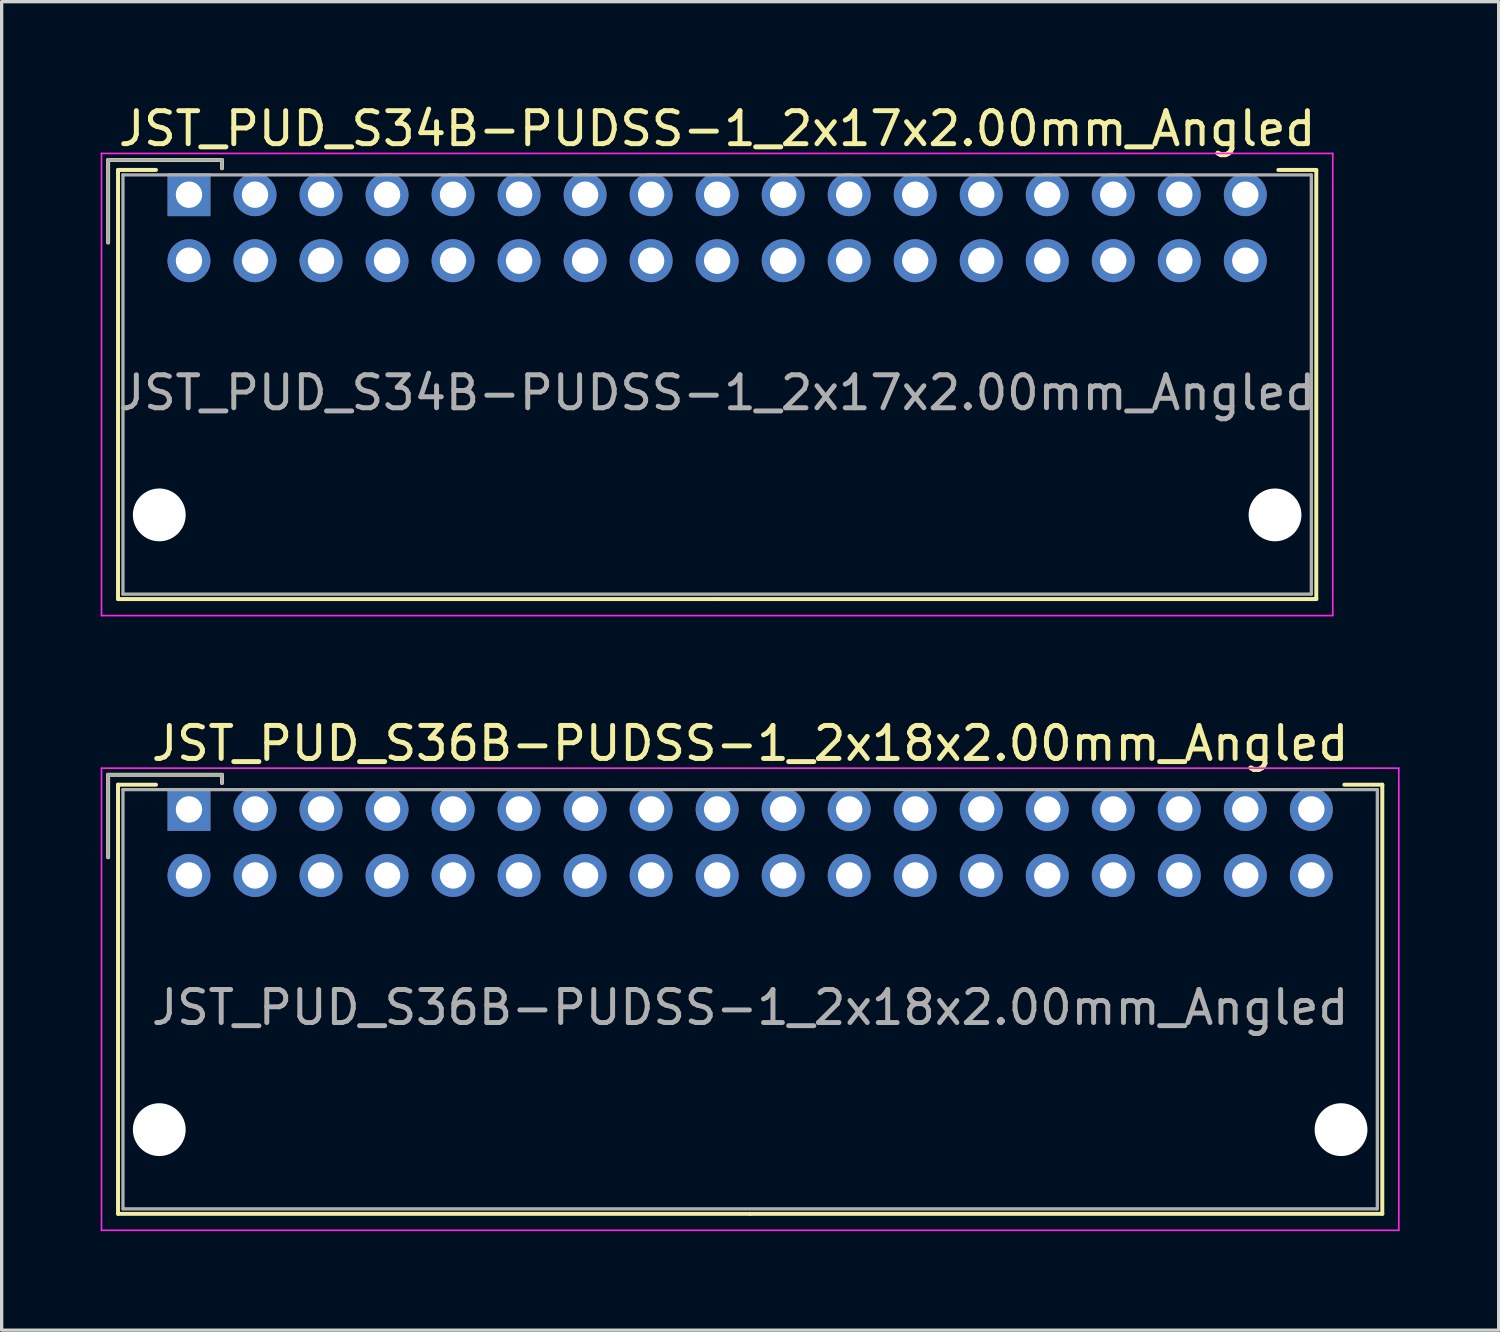
<source format=kicad_pcb>
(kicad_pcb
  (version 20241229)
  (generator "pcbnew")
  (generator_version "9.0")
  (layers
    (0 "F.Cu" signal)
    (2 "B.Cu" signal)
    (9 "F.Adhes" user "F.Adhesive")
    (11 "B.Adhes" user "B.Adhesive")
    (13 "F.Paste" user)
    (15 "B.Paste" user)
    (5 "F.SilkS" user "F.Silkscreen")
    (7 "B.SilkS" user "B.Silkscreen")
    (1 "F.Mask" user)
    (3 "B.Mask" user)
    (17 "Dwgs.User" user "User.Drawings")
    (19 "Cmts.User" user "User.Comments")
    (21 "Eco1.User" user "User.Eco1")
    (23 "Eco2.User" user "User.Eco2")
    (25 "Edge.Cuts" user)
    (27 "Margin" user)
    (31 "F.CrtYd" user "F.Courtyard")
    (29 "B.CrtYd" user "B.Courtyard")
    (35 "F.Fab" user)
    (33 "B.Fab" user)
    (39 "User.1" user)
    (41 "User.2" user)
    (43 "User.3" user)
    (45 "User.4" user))
  (footprint "JST_PUD_S36B-PUDSS-1_2x18x2.00mm_Angled"
    (layer "F.Cu")
    (at 2.675 21.471)
    (property "Reference" "JST_PUD_S36B-PUDSS-1_2x18x2.00mm_Angled" (at 17 -2 0) (layer "F.SilkS") (effects (font (size 1 1) (thickness 0.15))))
    (attr through_hole)
    (fp_line (start -2.45 -1.05) (end -2.45 1.45) (stroke (width 0.12) (type solid)) (layer "F.SilkS"))
    (fp_line (start -2.15 -0.75) (end -2.15 12.25) (stroke (width 0.12) (type solid)) (layer "F.SilkS"))
    (fp_line (start -2.15 12.25) (end 17 12.25) (stroke (width 0.12) (type solid)) (layer "F.SilkS"))
    (fp_line (start -1 -0.75) (end -2.15 -0.75) (stroke (width 0.12) (type solid)) (layer "F.SilkS"))
    (fp_line (start 1 -1.05) (end -2.45 -1.05) (stroke (width 0.12) (type solid)) (layer "F.SilkS"))
    (fp_line (start 1 -0.8) (end 1 -1.05) (stroke (width 0.12) (type solid)) (layer "F.SilkS"))
    (fp_line (start 35 -0.75) (end 36.15 -0.75) (stroke (width 0.12) (type solid)) (layer "F.SilkS"))
    (fp_line (start 36.15 -0.75) (end 36.15 12.25) (stroke (width 0.12) (type solid)) (layer "F.SilkS"))
    (fp_line (start 36.15 12.25) (end 17 12.25) (stroke (width 0.12) (type solid)) (layer "F.SilkS"))
    (fp_line (start -2.65 -1.25) (end -2.65 12.75) (stroke (width 0.05) (type solid)) (layer "F.CrtYd"))
    (fp_line (start -2.65 12.75) (end 36.65 12.75) (stroke (width 0.05) (type solid)) (layer "F.CrtYd"))
    (fp_line (start 36.65 -1.25) (end -2.65 -1.25) (stroke (width 0.05) (type solid)) (layer "F.CrtYd"))
    (fp_line (start 36.65 12.75) (end 36.65 -1.25) (stroke (width 0.05) (type solid)) (layer "F.CrtYd"))
    (fp_line (start -2.45 -1.05) (end -2.45 1.45) (stroke (width 0.1) (type solid)) (layer "F.Fab"))
    (fp_line (start -2 -0.6) (end -2 12.1) (stroke (width 0.1) (type solid)) (layer "F.Fab"))
    (fp_line (start -2 12.1) (end 36 12.1) (stroke (width 0.1) (type solid)) (layer "F.Fab"))
    (fp_line (start 1 -1.05) (end -2.45 -1.05) (stroke (width 0.1) (type solid)) (layer "F.Fab"))
    (fp_line (start 1 -0.8) (end 1 -1.05) (stroke (width 0.1) (type solid)) (layer "F.Fab"))
    (fp_line (start 36 -0.6) (end -2 -0.6) (stroke (width 0.1) (type solid)) (layer "F.Fab"))
    (fp_line (start 36 12.1) (end 36 -0.6) (stroke (width 0.1) (type solid)) (layer "F.Fab"))
    (fp_text user "${REFERENCE}" (at 17 6 0) (layer "F.Fab") (effects (font (size 1 1) (thickness 0.15))))
    (pad "" np_thru_hole circle (at -0.9 9.7) (size 1.6 1.6) (drill 1.6) (layers "*.Cu"))
    (pad "" np_thru_hole circle (at 34.9 9.7) (size 1.6 1.6) (drill 1.6) (layers "*.Cu"))
    (pad "1" thru_hole rect (at 0 0) (size 1.3 1.3) (drill 0.8) (layers "*.Cu" "*.Mask"))
    (pad "2" thru_hole circle (at 0 2) (size 1.3 1.3) (drill 0.8) (layers "*.Cu" "*.Mask"))
    (pad "3" thru_hole circle (at 2 0) (size 1.3 1.3) (drill 0.8) (layers "*.Cu" "*.Mask"))
    (pad "4" thru_hole circle (at 2 2) (size 1.3 1.3) (drill 0.8) (layers "*.Cu" "*.Mask"))
    (pad "5" thru_hole circle (at 4 0) (size 1.3 1.3) (drill 0.8) (layers "*.Cu" "*.Mask"))
    (pad "6" thru_hole circle (at 4 2) (size 1.3 1.3) (drill 0.8) (layers "*.Cu" "*.Mask"))
    (pad "7" thru_hole circle (at 6 0) (size 1.3 1.3) (drill 0.8) (layers "*.Cu" "*.Mask"))
    (pad "8" thru_hole circle (at 6 2) (size 1.3 1.3) (drill 0.8) (layers "*.Cu" "*.Mask"))
    (pad "9" thru_hole circle (at 8 0) (size 1.3 1.3) (drill 0.8) (layers "*.Cu" "*.Mask"))
    (pad "10" thru_hole circle (at 8 2) (size 1.3 1.3) (drill 0.8) (layers "*.Cu" "*.Mask"))
    (pad "11" thru_hole circle (at 10 0) (size 1.3 1.3) (drill 0.8) (layers "*.Cu" "*.Mask"))
    (pad "12" thru_hole circle (at 10 2) (size 1.3 1.3) (drill 0.8) (layers "*.Cu" "*.Mask"))
    (pad "13" thru_hole circle (at 12 0) (size 1.3 1.3) (drill 0.8) (layers "*.Cu" "*.Mask"))
    (pad "14" thru_hole circle (at 12 2) (size 1.3 1.3) (drill 0.8) (layers "*.Cu" "*.Mask"))
    (pad "15" thru_hole circle (at 14 0) (size 1.3 1.3) (drill 0.8) (layers "*.Cu" "*.Mask"))
    (pad "16" thru_hole circle (at 14 2) (size 1.3 1.3) (drill 0.8) (layers "*.Cu" "*.Mask"))
    (pad "17" thru_hole circle (at 16 0) (size 1.3 1.3) (drill 0.8) (layers "*.Cu" "*.Mask"))
    (pad "18" thru_hole circle (at 16 2) (size 1.3 1.3) (drill 0.8) (layers "*.Cu" "*.Mask"))
    (pad "19" thru_hole circle (at 18 0) (size 1.3 1.3) (drill 0.8) (layers "*.Cu" "*.Mask"))
    (pad "20" thru_hole circle (at 18 2) (size 1.3 1.3) (drill 0.8) (layers "*.Cu" "*.Mask"))
    (pad "21" thru_hole circle (at 20 0) (size 1.3 1.3) (drill 0.8) (layers "*.Cu" "*.Mask"))
    (pad "22" thru_hole circle (at 20 2) (size 1.3 1.3) (drill 0.8) (layers "*.Cu" "*.Mask"))
    (pad "23" thru_hole circle (at 22 0) (size 1.3 1.3) (drill 0.8) (layers "*.Cu" "*.Mask"))
    (pad "24" thru_hole circle (at 22 2) (size 1.3 1.3) (drill 0.8) (layers "*.Cu" "*.Mask"))
    (pad "25" thru_hole circle (at 24 0) (size 1.3 1.3) (drill 0.8) (layers "*.Cu" "*.Mask"))
    (pad "26" thru_hole circle (at 24 2) (size 1.3 1.3) (drill 0.8) (layers "*.Cu" "*.Mask"))
    (pad "27" thru_hole circle (at 26 0) (size 1.3 1.3) (drill 0.8) (layers "*.Cu" "*.Mask"))
    (pad "28" thru_hole circle (at 26 2) (size 1.3 1.3) (drill 0.8) (layers "*.Cu" "*.Mask"))
    (pad "29" thru_hole circle (at 28 0) (size 1.3 1.3) (drill 0.8) (layers "*.Cu" "*.Mask"))
    (pad "30" thru_hole circle (at 28 2) (size 1.3 1.3) (drill 0.8) (layers "*.Cu" "*.Mask"))
    (pad "31" thru_hole circle (at 30 0) (size 1.3 1.3) (drill 0.8) (layers "*.Cu" "*.Mask"))
    (pad "32" thru_hole circle (at 30 2) (size 1.3 1.3) (drill 0.8) (layers "*.Cu" "*.Mask"))
    (pad "33" thru_hole circle (at 32 0) (size 1.3 1.3) (drill 0.8) (layers "*.Cu" "*.Mask"))
    (pad "34" thru_hole circle (at 32 2) (size 1.3 1.3) (drill 0.8) (layers "*.Cu" "*.Mask"))
    (pad "35" thru_hole circle (at 34 0) (size 1.3 1.3) (drill 0.8) (layers "*.Cu" "*.Mask"))
    (pad "36" thru_hole circle (at 34 2) (size 1.3 1.3) (drill 0.8) (layers "*.Cu" "*.Mask")))
  (footprint "JST_PUD_S34B-PUDSS-1_2x17x2.00mm_Angled"
    (layer "F.Cu")
    (at 2.675 2.848)
    (property "Reference" "JST_PUD_S34B-PUDSS-1_2x17x2.00mm_Angled" (at 16 -2 0) (layer "F.SilkS") (effects (font (size 1 1) (thickness 0.15))))
    (attr through_hole)
    (fp_line (start -2.45 -1.05) (end -2.45 1.45) (stroke (width 0.12) (type solid)) (layer "F.SilkS"))
    (fp_line (start -2.15 -0.75) (end -2.15 12.25) (stroke (width 0.12) (type solid)) (layer "F.SilkS"))
    (fp_line (start -2.15 12.25) (end 16 12.25) (stroke (width 0.12) (type solid)) (layer "F.SilkS"))
    (fp_line (start -1 -0.75) (end -2.15 -0.75) (stroke (width 0.12) (type solid)) (layer "F.SilkS"))
    (fp_line (start 1 -1.05) (end -2.45 -1.05) (stroke (width 0.12) (type solid)) (layer "F.SilkS"))
    (fp_line (start 1 -0.8) (end 1 -1.05) (stroke (width 0.12) (type solid)) (layer "F.SilkS"))
    (fp_line (start 33 -0.75) (end 34.15 -0.75) (stroke (width 0.12) (type solid)) (layer "F.SilkS"))
    (fp_line (start 34.15 -0.75) (end 34.15 12.25) (stroke (width 0.12) (type solid)) (layer "F.SilkS"))
    (fp_line (start 34.15 12.25) (end 16 12.25) (stroke (width 0.12) (type solid)) (layer "F.SilkS"))
    (fp_line (start -2.65 -1.25) (end -2.65 12.75) (stroke (width 0.05) (type solid)) (layer "F.CrtYd"))
    (fp_line (start -2.65 12.75) (end 34.65 12.75) (stroke (width 0.05) (type solid)) (layer "F.CrtYd"))
    (fp_line (start 34.65 -1.25) (end -2.65 -1.25) (stroke (width 0.05) (type solid)) (layer "F.CrtYd"))
    (fp_line (start 34.65 12.75) (end 34.65 -1.25) (stroke (width 0.05) (type solid)) (layer "F.CrtYd"))
    (fp_line (start -2.45 -1.05) (end -2.45 1.45) (stroke (width 0.1) (type solid)) (layer "F.Fab"))
    (fp_line (start -2 -0.6) (end -2 12.1) (stroke (width 0.1) (type solid)) (layer "F.Fab"))
    (fp_line (start -2 12.1) (end 34 12.1) (stroke (width 0.1) (type solid)) (layer "F.Fab"))
    (fp_line (start 1 -1.05) (end -2.45 -1.05) (stroke (width 0.1) (type solid)) (layer "F.Fab"))
    (fp_line (start 1 -0.8) (end 1 -1.05) (stroke (width 0.1) (type solid)) (layer "F.Fab"))
    (fp_line (start 34 -0.6) (end -2 -0.6) (stroke (width 0.1) (type solid)) (layer "F.Fab"))
    (fp_line (start 34 12.1) (end 34 -0.6) (stroke (width 0.1) (type solid)) (layer "F.Fab"))
    (fp_text user "${REFERENCE}" (at 16 6 0) (layer "F.Fab") (effects (font (size 1 1) (thickness 0.15))))
    (pad "" np_thru_hole circle (at -0.9 9.7) (size 1.6 1.6) (drill 1.6) (layers "*.Cu"))
    (pad "" np_thru_hole circle (at 32.9 9.7) (size 1.6 1.6) (drill 1.6) (layers "*.Cu"))
    (pad "1" thru_hole rect (at 0 0) (size 1.3 1.3) (drill 0.8) (layers "*.Cu" "*.Mask"))
    (pad "2" thru_hole circle (at 0 2) (size 1.3 1.3) (drill 0.8) (layers "*.Cu" "*.Mask"))
    (pad "3" thru_hole circle (at 2 0) (size 1.3 1.3) (drill 0.8) (layers "*.Cu" "*.Mask"))
    (pad "4" thru_hole circle (at 2 2) (size 1.3 1.3) (drill 0.8) (layers "*.Cu" "*.Mask"))
    (pad "5" thru_hole circle (at 4 0) (size 1.3 1.3) (drill 0.8) (layers "*.Cu" "*.Mask"))
    (pad "6" thru_hole circle (at 4 2) (size 1.3 1.3) (drill 0.8) (layers "*.Cu" "*.Mask"))
    (pad "7" thru_hole circle (at 6 0) (size 1.3 1.3) (drill 0.8) (layers "*.Cu" "*.Mask"))
    (pad "8" thru_hole circle (at 6 2) (size 1.3 1.3) (drill 0.8) (layers "*.Cu" "*.Mask"))
    (pad "9" thru_hole circle (at 8 0) (size 1.3 1.3) (drill 0.8) (layers "*.Cu" "*.Mask"))
    (pad "10" thru_hole circle (at 8 2) (size 1.3 1.3) (drill 0.8) (layers "*.Cu" "*.Mask"))
    (pad "11" thru_hole circle (at 10 0) (size 1.3 1.3) (drill 0.8) (layers "*.Cu" "*.Mask"))
    (pad "12" thru_hole circle (at 10 2) (size 1.3 1.3) (drill 0.8) (layers "*.Cu" "*.Mask"))
    (pad "13" thru_hole circle (at 12 0) (size 1.3 1.3) (drill 0.8) (layers "*.Cu" "*.Mask"))
    (pad "14" thru_hole circle (at 12 2) (size 1.3 1.3) (drill 0.8) (layers "*.Cu" "*.Mask"))
    (pad "15" thru_hole circle (at 14 0) (size 1.3 1.3) (drill 0.8) (layers "*.Cu" "*.Mask"))
    (pad "16" thru_hole circle (at 14 2) (size 1.3 1.3) (drill 0.8) (layers "*.Cu" "*.Mask"))
    (pad "17" thru_hole circle (at 16 0) (size 1.3 1.3) (drill 0.8) (layers "*.Cu" "*.Mask"))
    (pad "18" thru_hole circle (at 16 2) (size 1.3 1.3) (drill 0.8) (layers "*.Cu" "*.Mask"))
    (pad "19" thru_hole circle (at 18 0) (size 1.3 1.3) (drill 0.8) (layers "*.Cu" "*.Mask"))
    (pad "20" thru_hole circle (at 18 2) (size 1.3 1.3) (drill 0.8) (layers "*.Cu" "*.Mask"))
    (pad "21" thru_hole circle (at 20 0) (size 1.3 1.3) (drill 0.8) (layers "*.Cu" "*.Mask"))
    (pad "22" thru_hole circle (at 20 2) (size 1.3 1.3) (drill 0.8) (layers "*.Cu" "*.Mask"))
    (pad "23" thru_hole circle (at 22 0) (size 1.3 1.3) (drill 0.8) (layers "*.Cu" "*.Mask"))
    (pad "24" thru_hole circle (at 22 2) (size 1.3 1.3) (drill 0.8) (layers "*.Cu" "*.Mask"))
    (pad "25" thru_hole circle (at 24 0) (size 1.3 1.3) (drill 0.8) (layers "*.Cu" "*.Mask"))
    (pad "26" thru_hole circle (at 24 2) (size 1.3 1.3) (drill 0.8) (layers "*.Cu" "*.Mask"))
    (pad "27" thru_hole circle (at 26 0) (size 1.3 1.3) (drill 0.8) (layers "*.Cu" "*.Mask"))
    (pad "28" thru_hole circle (at 26 2) (size 1.3 1.3) (drill 0.8) (layers "*.Cu" "*.Mask"))
    (pad "29" thru_hole circle (at 28 0) (size 1.3 1.3) (drill 0.8) (layers "*.Cu" "*.Mask"))
    (pad "30" thru_hole circle (at 28 2) (size 1.3 1.3) (drill 0.8) (layers "*.Cu" "*.Mask"))
    (pad "31" thru_hole circle (at 30 0) (size 1.3 1.3) (drill 0.8) (layers "*.Cu" "*.Mask"))
    (pad "32" thru_hole circle (at 30 2) (size 1.3 1.3) (drill 0.8) (layers "*.Cu" "*.Mask"))
    (pad "33" thru_hole circle (at 32 0) (size 1.3 1.3) (drill 0.8) (layers "*.Cu" "*.Mask"))
    (pad "34" thru_hole circle (at 32 2) (size 1.3 1.3) (drill 0.8) (layers "*.Cu" "*.Mask")))
  (gr_rect
    (start -3 -3)
    (end 42.35 37.246)
    (stroke (width 0.1) (type default))
    (fill no)
    (layer "Edge.Cuts")))
</source>
